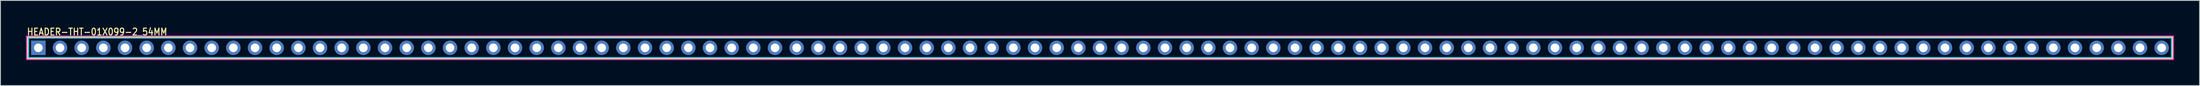
<source format=kicad_pcb>
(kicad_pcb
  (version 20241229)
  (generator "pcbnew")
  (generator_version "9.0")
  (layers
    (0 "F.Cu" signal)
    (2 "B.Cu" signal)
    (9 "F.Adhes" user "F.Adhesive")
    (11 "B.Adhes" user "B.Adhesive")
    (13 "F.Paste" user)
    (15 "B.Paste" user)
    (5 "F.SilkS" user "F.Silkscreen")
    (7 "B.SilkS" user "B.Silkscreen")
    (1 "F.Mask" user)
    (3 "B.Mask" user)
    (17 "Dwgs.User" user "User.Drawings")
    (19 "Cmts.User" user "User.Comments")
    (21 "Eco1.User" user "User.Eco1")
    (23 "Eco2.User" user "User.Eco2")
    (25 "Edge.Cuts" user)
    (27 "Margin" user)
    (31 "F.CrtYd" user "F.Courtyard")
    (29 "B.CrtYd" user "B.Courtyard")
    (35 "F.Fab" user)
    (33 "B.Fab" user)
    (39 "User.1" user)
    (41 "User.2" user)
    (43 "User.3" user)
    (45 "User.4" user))
  (footprint "HEADER-THT-01X099-2_54MM"
    (layer "F.Cu")
    (at 1.447 2.579)
    (property "Reference" "HEADER-THT-01X099-2_54MM" (at -1.4 -1.4 0) (unlocked yes) (layer "F.SilkS") (effects (font (size 0.813 0.695) (thickness 0.122)) (justify left bottom)))
    (fp_line (start -1.27 -1.27) (end -1.27 1.27) (stroke (width 0.127) (type solid)) (layer "F.SilkS"))
    (fp_line (start -1.27 1.27) (end 250.19 1.27) (stroke (width 0.127) (type solid)) (layer "F.SilkS"))
    (fp_line (start 250.19 -1.27) (end -1.27 -1.27) (stroke (width 0.127) (type solid)) (layer "F.SilkS"))
    (fp_line (start 250.19 1.27) (end 250.19 -1.27) (stroke (width 0.127) (type solid)) (layer "F.SilkS"))
    (fp_poly (pts (xy -1.143 -1.143) (xy 250.063 -1.143) (xy 250.063 1.143) (xy -1.143 1.143)) (stroke (width 0.1) (type solid)) (fill no) (layer "B.CrtYd"))
    (fp_poly (pts (xy -1.397 -1.397) (xy 250.317 -1.397) (xy 250.317 1.397) (xy -1.397 1.397)) (stroke (width 0.1) (type solid)) (fill no) (layer "F.CrtYd"))
    (pad "P$1" thru_hole rect (at 0 0) (size 1.693 1.693) (drill 1.016) (layers "*.Cu" "*.Mask"))
    (pad "P$2" thru_hole oval (at 2.54 0) (size 1.693 1.693) (drill 1.016) (layers "*.Cu" "*.Mask"))
    (pad "P$3" thru_hole oval (at 5.08 0) (size 1.693 1.693) (drill 1.016) (layers "*.Cu" "*.Mask"))
    (pad "P$4" thru_hole oval (at 7.62 0) (size 1.693 1.693) (drill 1.016) (layers "*.Cu" "*.Mask"))
    (pad "P$5" thru_hole oval (at 10.16 0) (size 1.693 1.693) (drill 1.016) (layers "*.Cu" "*.Mask"))
    (pad "P$6" thru_hole oval (at 12.7 0) (size 1.693 1.693) (drill 1.016) (layers "*.Cu" "*.Mask"))
    (pad "P$7" thru_hole oval (at 15.24 0) (size 1.693 1.693) (drill 1.016) (layers "*.Cu" "*.Mask"))
    (pad "P$8" thru_hole oval (at 17.78 0) (size 1.693 1.693) (drill 1.016) (layers "*.Cu" "*.Mask"))
    (pad "P$9" thru_hole oval (at 20.32 0) (size 1.693 1.693) (drill 1.016) (layers "*.Cu" "*.Mask"))
    (pad "P$10" thru_hole oval (at 22.86 0) (size 1.693 1.693) (drill 1.016) (layers "*.Cu" "*.Mask"))
    (pad "P$11" thru_hole oval (at 25.4 0) (size 1.693 1.693) (drill 1.016) (layers "*.Cu" "*.Mask"))
    (pad "P$12" thru_hole oval (at 27.94 0) (size 1.693 1.693) (drill 1.016) (layers "*.Cu" "*.Mask"))
    (pad "P$13" thru_hole oval (at 30.48 0) (size 1.693 1.693) (drill 1.016) (layers "*.Cu" "*.Mask"))
    (pad "P$14" thru_hole oval (at 33.02 0) (size 1.693 1.693) (drill 1.016) (layers "*.Cu" "*.Mask"))
    (pad "P$15" thru_hole oval (at 35.56 0) (size 1.693 1.693) (drill 1.016) (layers "*.Cu" "*.Mask"))
    (pad "P$16" thru_hole oval (at 38.1 0) (size 1.693 1.693) (drill 1.016) (layers "*.Cu" "*.Mask"))
    (pad "P$17" thru_hole oval (at 40.64 0) (size 1.693 1.693) (drill 1.016) (layers "*.Cu" "*.Mask"))
    (pad "P$18" thru_hole oval (at 43.18 0) (size 1.693 1.693) (drill 1.016) (layers "*.Cu" "*.Mask"))
    (pad "P$19" thru_hole oval (at 45.72 0) (size 1.693 1.693) (drill 1.016) (layers "*.Cu" "*.Mask"))
    (pad "P$20" thru_hole oval (at 48.26 0) (size 1.693 1.693) (drill 1.016) (layers "*.Cu" "*.Mask"))
    (pad "P$21" thru_hole oval (at 50.8 0) (size 1.693 1.693) (drill 1.016) (layers "*.Cu" "*.Mask"))
    (pad "P$22" thru_hole oval (at 53.34 0) (size 1.693 1.693) (drill 1.016) (layers "*.Cu" "*.Mask"))
    (pad "P$23" thru_hole oval (at 55.88 0) (size 1.693 1.693) (drill 1.016) (layers "*.Cu" "*.Mask"))
    (pad "P$24" thru_hole oval (at 58.42 0) (size 1.693 1.693) (drill 1.016) (layers "*.Cu" "*.Mask"))
    (pad "P$25" thru_hole oval (at 60.96 0) (size 1.693 1.693) (drill 1.016) (layers "*.Cu" "*.Mask"))
    (pad "P$26" thru_hole oval (at 63.5 0) (size 1.693 1.693) (drill 1.016) (layers "*.Cu" "*.Mask"))
    (pad "P$27" thru_hole oval (at 66.04 0) (size 1.693 1.693) (drill 1.016) (layers "*.Cu" "*.Mask"))
    (pad "P$28" thru_hole oval (at 68.58 0) (size 1.693 1.693) (drill 1.016) (layers "*.Cu" "*.Mask"))
    (pad "P$29" thru_hole oval (at 71.12 0) (size 1.693 1.693) (drill 1.016) (layers "*.Cu" "*.Mask"))
    (pad "P$30" thru_hole oval (at 73.66 0) (size 1.693 1.693) (drill 1.016) (layers "*.Cu" "*.Mask"))
    (pad "P$31" thru_hole oval (at 76.2 0) (size 1.693 1.693) (drill 1.016) (layers "*.Cu" "*.Mask"))
    (pad "P$32" thru_hole oval (at 78.74 0) (size 1.693 1.693) (drill 1.016) (layers "*.Cu" "*.Mask"))
    (pad "P$33" thru_hole oval (at 81.28 0) (size 1.693 1.693) (drill 1.016) (layers "*.Cu" "*.Mask"))
    (pad "P$34" thru_hole oval (at 83.82 0) (size 1.693 1.693) (drill 1.016) (layers "*.Cu" "*.Mask"))
    (pad "P$35" thru_hole oval (at 86.36 0) (size 1.693 1.693) (drill 1.016) (layers "*.Cu" "*.Mask"))
    (pad "P$36" thru_hole oval (at 88.9 0) (size 1.693 1.693) (drill 1.016) (layers "*.Cu" "*.Mask"))
    (pad "P$37" thru_hole oval (at 91.44 0) (size 1.693 1.693) (drill 1.016) (layers "*.Cu" "*.Mask"))
    (pad "P$38" thru_hole oval (at 93.98 0) (size 1.693 1.693) (drill 1.016) (layers "*.Cu" "*.Mask"))
    (pad "P$39" thru_hole oval (at 96.52 0) (size 1.693 1.693) (drill 1.016) (layers "*.Cu" "*.Mask"))
    (pad "P$40" thru_hole oval (at 99.06 0) (size 1.693 1.693) (drill 1.016) (layers "*.Cu" "*.Mask"))
    (pad "P$41" thru_hole oval (at 101.6 0) (size 1.693 1.693) (drill 1.016) (layers "*.Cu" "*.Mask"))
    (pad "P$42" thru_hole oval (at 104.14 0) (size 1.693 1.693) (drill 1.016) (layers "*.Cu" "*.Mask"))
    (pad "P$43" thru_hole oval (at 106.68 0) (size 1.693 1.693) (drill 1.016) (layers "*.Cu" "*.Mask"))
    (pad "P$44" thru_hole oval (at 109.22 0) (size 1.693 1.693) (drill 1.016) (layers "*.Cu" "*.Mask"))
    (pad "P$45" thru_hole oval (at 111.76 0) (size 1.693 1.693) (drill 1.016) (layers "*.Cu" "*.Mask"))
    (pad "P$46" thru_hole oval (at 114.3 0) (size 1.693 1.693) (drill 1.016) (layers "*.Cu" "*.Mask"))
    (pad "P$47" thru_hole oval (at 116.84 0) (size 1.693 1.693) (drill 1.016) (layers "*.Cu" "*.Mask"))
    (pad "P$48" thru_hole oval (at 119.38 0) (size 1.693 1.693) (drill 1.016) (layers "*.Cu" "*.Mask"))
    (pad "P$49" thru_hole oval (at 121.92 0) (size 1.693 1.693) (drill 1.016) (layers "*.Cu" "*.Mask"))
    (pad "P$50" thru_hole oval (at 124.46 0) (size 1.693 1.693) (drill 1.016) (layers "*.Cu" "*.Mask"))
    (pad "P$51" thru_hole oval (at 127 0) (size 1.693 1.693) (drill 1.016) (layers "*.Cu" "*.Mask"))
    (pad "P$52" thru_hole oval (at 129.54 0) (size 1.693 1.693) (drill 1.016) (layers "*.Cu" "*.Mask"))
    (pad "P$53" thru_hole oval (at 132.08 0) (size 1.693 1.693) (drill 1.016) (layers "*.Cu" "*.Mask"))
    (pad "P$54" thru_hole oval (at 134.62 0) (size 1.693 1.693) (drill 1.016) (layers "*.Cu" "*.Mask"))
    (pad "P$55" thru_hole oval (at 137.16 0) (size 1.693 1.693) (drill 1.016) (layers "*.Cu" "*.Mask"))
    (pad "P$56" thru_hole oval (at 139.7 0) (size 1.693 1.693) (drill 1.016) (layers "*.Cu" "*.Mask"))
    (pad "P$57" thru_hole oval (at 142.24 0) (size 1.693 1.693) (drill 1.016) (layers "*.Cu" "*.Mask"))
    (pad "P$58" thru_hole oval (at 144.78 0) (size 1.693 1.693) (drill 1.016) (layers "*.Cu" "*.Mask"))
    (pad "P$59" thru_hole oval (at 147.32 0) (size 1.693 1.693) (drill 1.016) (layers "*.Cu" "*.Mask"))
    (pad "P$60" thru_hole oval (at 149.86 0) (size 1.693 1.693) (drill 1.016) (layers "*.Cu" "*.Mask"))
    (pad "P$61" thru_hole oval (at 152.4 0) (size 1.693 1.693) (drill 1.016) (layers "*.Cu" "*.Mask"))
    (pad "P$62" thru_hole oval (at 154.94 0) (size 1.693 1.693) (drill 1.016) (layers "*.Cu" "*.Mask"))
    (pad "P$63" thru_hole oval (at 157.48 0) (size 1.693 1.693) (drill 1.016) (layers "*.Cu" "*.Mask"))
    (pad "P$64" thru_hole oval (at 160.02 0) (size 1.693 1.693) (drill 1.016) (layers "*.Cu" "*.Mask"))
    (pad "P$65" thru_hole oval (at 162.56 0) (size 1.693 1.693) (drill 1.016) (layers "*.Cu" "*.Mask"))
    (pad "P$66" thru_hole oval (at 165.1 0) (size 1.693 1.693) (drill 1.016) (layers "*.Cu" "*.Mask"))
    (pad "P$67" thru_hole oval (at 167.64 0) (size 1.693 1.693) (drill 1.016) (layers "*.Cu" "*.Mask"))
    (pad "P$68" thru_hole oval (at 170.18 0) (size 1.693 1.693) (drill 1.016) (layers "*.Cu" "*.Mask"))
    (pad "P$69" thru_hole oval (at 172.72 0) (size 1.693 1.693) (drill 1.016) (layers "*.Cu" "*.Mask"))
    (pad "P$70" thru_hole oval (at 175.26 0) (size 1.693 1.693) (drill 1.016) (layers "*.Cu" "*.Mask"))
    (pad "P$71" thru_hole oval (at 177.8 0) (size 1.693 1.693) (drill 1.016) (layers "*.Cu" "*.Mask"))
    (pad "P$72" thru_hole oval (at 180.34 0) (size 1.693 1.693) (drill 1.016) (layers "*.Cu" "*.Mask"))
    (pad "P$73" thru_hole oval (at 182.88 0) (size 1.693 1.693) (drill 1.016) (layers "*.Cu" "*.Mask"))
    (pad "P$74" thru_hole oval (at 185.42 0) (size 1.693 1.693) (drill 1.016) (layers "*.Cu" "*.Mask"))
    (pad "P$75" thru_hole oval (at 187.96 0) (size 1.693 1.693) (drill 1.016) (layers "*.Cu" "*.Mask"))
    (pad "P$76" thru_hole oval (at 190.5 0) (size 1.693 1.693) (drill 1.016) (layers "*.Cu" "*.Mask"))
    (pad "P$77" thru_hole oval (at 193.04 0) (size 1.693 1.693) (drill 1.016) (layers "*.Cu" "*.Mask"))
    (pad "P$78" thru_hole oval (at 195.58 0) (size 1.693 1.693) (drill 1.016) (layers "*.Cu" "*.Mask"))
    (pad "P$79" thru_hole oval (at 198.12 0) (size 1.693 1.693) (drill 1.016) (layers "*.Cu" "*.Mask"))
    (pad "P$80" thru_hole oval (at 200.66 0) (size 1.693 1.693) (drill 1.016) (layers "*.Cu" "*.Mask"))
    (pad "P$81" thru_hole oval (at 203.2 0) (size 1.693 1.693) (drill 1.016) (layers "*.Cu" "*.Mask"))
    (pad "P$82" thru_hole oval (at 205.74 0) (size 1.693 1.693) (drill 1.016) (layers "*.Cu" "*.Mask"))
    (pad "P$83" thru_hole oval (at 208.28 0) (size 1.693 1.693) (drill 1.016) (layers "*.Cu" "*.Mask"))
    (pad "P$84" thru_hole oval (at 210.82 0) (size 1.693 1.693) (drill 1.016) (layers "*.Cu" "*.Mask"))
    (pad "P$85" thru_hole oval (at 213.36 0) (size 1.693 1.693) (drill 1.016) (layers "*.Cu" "*.Mask"))
    (pad "P$86" thru_hole oval (at 215.9 0) (size 1.693 1.693) (drill 1.016) (layers "*.Cu" "*.Mask"))
    (pad "P$87" thru_hole oval (at 218.44 0) (size 1.693 1.693) (drill 1.016) (layers "*.Cu" "*.Mask"))
    (pad "P$88" thru_hole oval (at 220.98 0) (size 1.693 1.693) (drill 1.016) (layers "*.Cu" "*.Mask"))
    (pad "P$89" thru_hole oval (at 223.52 0) (size 1.693 1.693) (drill 1.016) (layers "*.Cu" "*.Mask"))
    (pad "P$90" thru_hole oval (at 226.06 0) (size 1.693 1.693) (drill 1.016) (layers "*.Cu" "*.Mask"))
    (pad "P$91" thru_hole oval (at 228.6 0) (size 1.693 1.693) (drill 1.016) (layers "*.Cu" "*.Mask"))
    (pad "P$92" thru_hole oval (at 231.14 0) (size 1.693 1.693) (drill 1.016) (layers "*.Cu" "*.Mask"))
    (pad "P$93" thru_hole oval (at 233.68 0) (size 1.693 1.693) (drill 1.016) (layers "*.Cu" "*.Mask"))
    (pad "P$94" thru_hole oval (at 236.22 0) (size 1.693 1.693) (drill 1.016) (layers "*.Cu" "*.Mask"))
    (pad "P$95" thru_hole oval (at 238.76 0) (size 1.693 1.693) (drill 1.016) (layers "*.Cu" "*.Mask"))
    (pad "P$96" thru_hole oval (at 241.3 0) (size 1.693 1.693) (drill 1.016) (layers "*.Cu" "*.Mask"))
    (pad "P$97" thru_hole oval (at 243.84 0) (size 1.693 1.693) (drill 1.016) (layers "*.Cu" "*.Mask"))
    (pad "P$98" thru_hole oval (at 246.38 0) (size 1.693 1.693) (drill 1.016) (layers "*.Cu" "*.Mask"))
    (pad "P$99" thru_hole oval (at 248.92 0) (size 1.693 1.693) (drill 1.016) (layers "*.Cu" "*.Mask")))
  (gr_rect
    (start -3 -3)
    (end 254.814 7.026)
    (stroke (width 0.1) (type default))
    (fill no)
    (layer "Edge.Cuts")))
</source>
